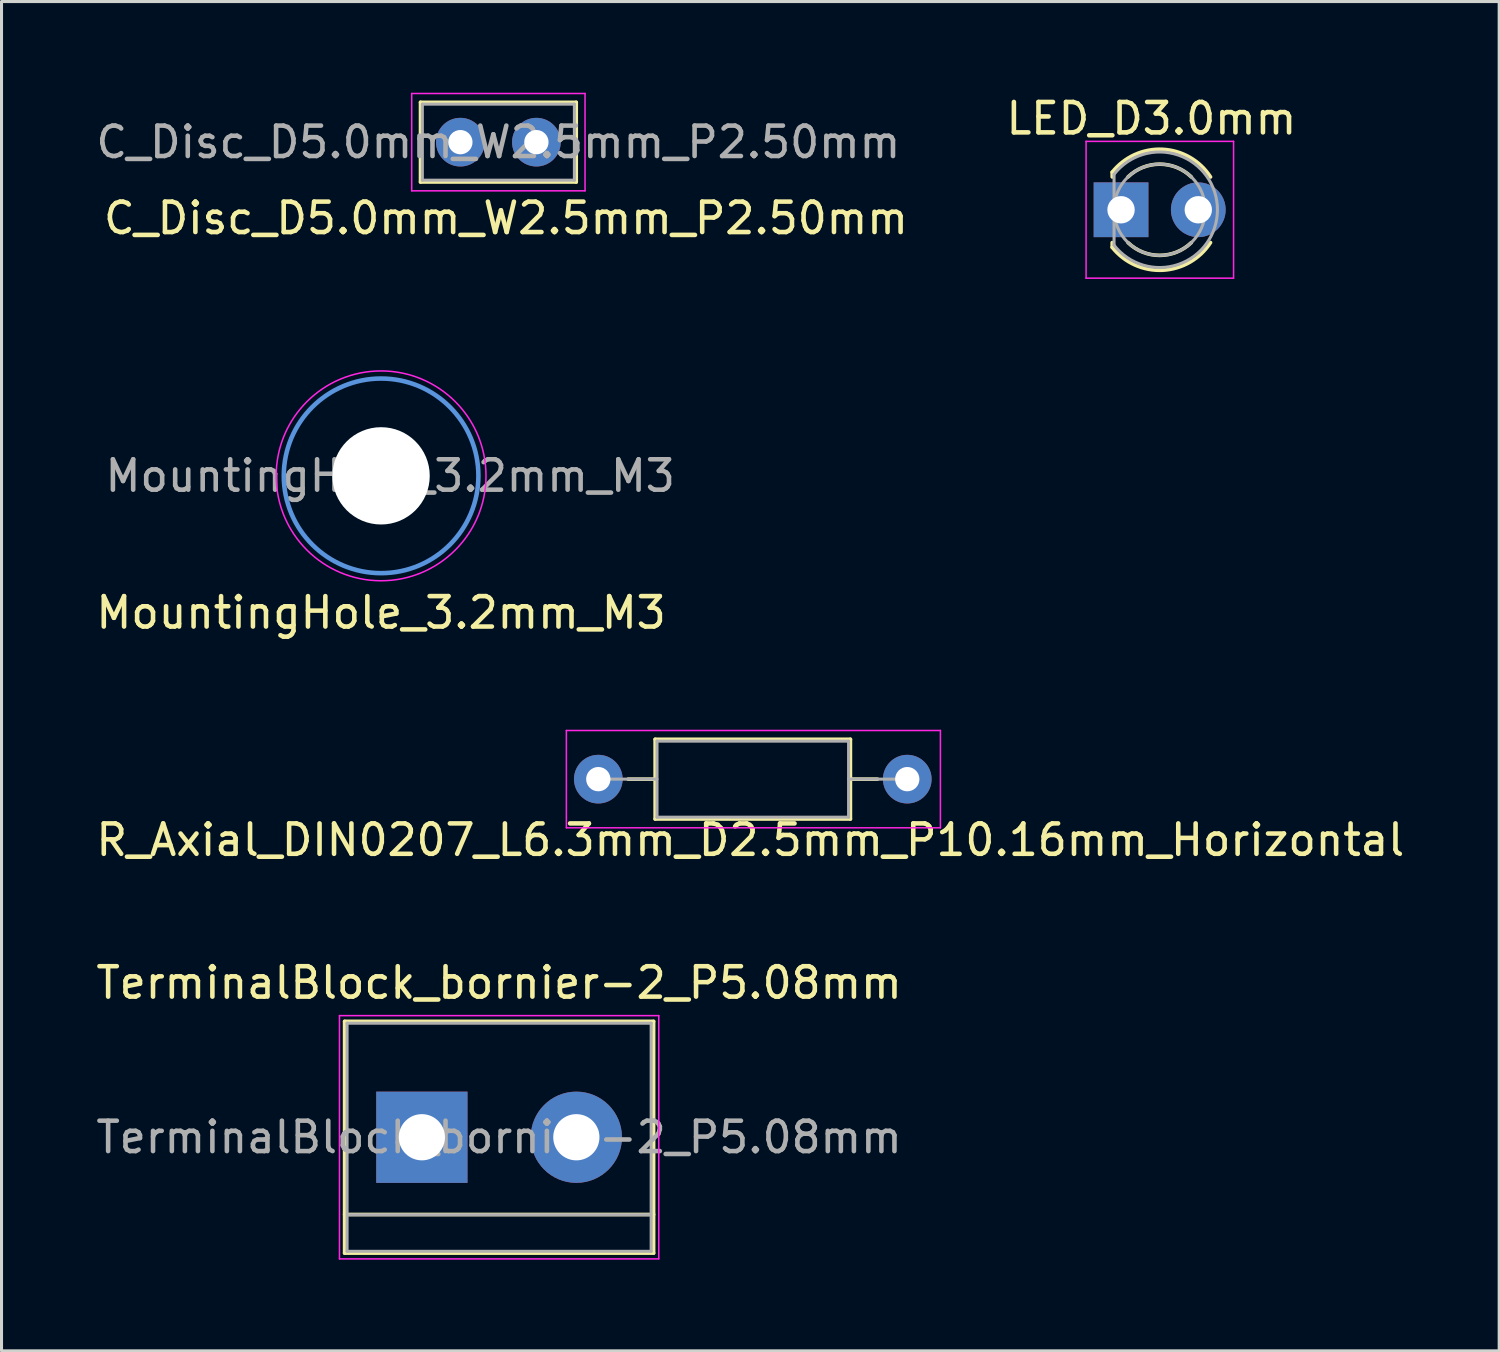
<source format=kicad_pcb>
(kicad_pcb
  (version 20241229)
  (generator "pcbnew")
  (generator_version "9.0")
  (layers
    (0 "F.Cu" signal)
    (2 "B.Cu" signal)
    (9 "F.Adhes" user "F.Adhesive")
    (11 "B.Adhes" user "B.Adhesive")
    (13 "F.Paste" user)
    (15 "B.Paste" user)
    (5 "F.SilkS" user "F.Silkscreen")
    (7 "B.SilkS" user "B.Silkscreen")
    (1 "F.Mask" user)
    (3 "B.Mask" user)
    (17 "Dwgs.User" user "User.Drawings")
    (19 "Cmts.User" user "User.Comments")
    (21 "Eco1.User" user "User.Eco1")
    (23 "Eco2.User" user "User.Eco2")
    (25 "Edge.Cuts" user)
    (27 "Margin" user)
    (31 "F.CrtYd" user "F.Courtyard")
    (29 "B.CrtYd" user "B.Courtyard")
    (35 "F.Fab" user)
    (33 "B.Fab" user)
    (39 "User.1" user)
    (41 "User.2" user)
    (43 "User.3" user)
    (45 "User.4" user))
  (footprint "MountingHole_3.2mm_M3"
    (layer "F.Cu")
    (at 9.482 12.598)
    (property "Reference" "MountingHole_3.2mm_M3" (at 0 4.5 0) (layer "F.SilkS") (effects (font (size 1 1) (thickness 0.15))))
    (attr exclude_from_pos_files exclude_from_bom)
    (fp_circle (center 0 0) (end 3.2 0) (stroke (width 0.15) (type solid)) (fill no) (layer "Cmts.User"))
    (fp_circle (center 0 0) (end 3.45 0) (stroke (width 0.05) (type solid)) (fill no) (layer "F.CrtYd"))
    (fp_text user "${REFERENCE}" (at 0.3 0 0) (layer "F.Fab") (effects (font (size 1 1) (thickness 0.15))))
    (pad "" np_thru_hole circle (at 0 0) (size 3.2 3.2) (drill 3.2) (layers "*.Cu" "*.Mask")))
  (footprint "TerminalBlock_bornier-2_P5.08mm"
    (layer "F.Cu")
    (at 10.823 34.348)
    (property "Reference" "TerminalBlock_bornier-2_P5.08mm" (at 2.54 -5.08 0) (layer "F.SilkS") (effects (font (size 1 1) (thickness 0.15))))
    (attr through_hole)
    (fp_line (start -2.54 -3.81) (end -2.54 3.81) (stroke (width 0.12) (type solid)) (layer "F.SilkS"))
    (fp_line (start -2.54 3.81) (end 7.62 3.81) (stroke (width 0.12) (type solid)) (layer "F.SilkS"))
    (fp_line (start 7.62 -3.81) (end -2.54 -3.81) (stroke (width 0.12) (type solid)) (layer "F.SilkS"))
    (fp_line (start 7.62 2.54) (end -2.54 2.54) (stroke (width 0.12) (type solid)) (layer "F.SilkS"))
    (fp_line (start 7.62 3.81) (end 7.62 -3.81) (stroke (width 0.12) (type solid)) (layer "F.SilkS"))
    (fp_line (start -2.71 -4) (end -2.71 4) (stroke (width 0.05) (type solid)) (layer "F.CrtYd"))
    (fp_line (start -2.71 -4) (end 7.79 -4) (stroke (width 0.05) (type solid)) (layer "F.CrtYd"))
    (fp_line (start 7.79 4) (end -2.71 4) (stroke (width 0.05) (type solid)) (layer "F.CrtYd"))
    (fp_line (start 7.79 4) (end 7.79 -4) (stroke (width 0.05) (type solid)) (layer "F.CrtYd"))
    (fp_line (start -2.46 -3.75) (end -2.46 3.75) (stroke (width 0.1) (type solid)) (layer "F.Fab"))
    (fp_line (start -2.46 3.75) (end 7.54 3.75) (stroke (width 0.1) (type solid)) (layer "F.Fab"))
    (fp_line (start -2.41 2.55) (end 7.49 2.55) (stroke (width 0.1) (type solid)) (layer "F.Fab"))
    (fp_line (start 7.54 -3.75) (end -2.46 -3.75) (stroke (width 0.1) (type solid)) (layer "F.Fab"))
    (fp_line (start 7.54 3.75) (end 7.54 -3.75) (stroke (width 0.1) (type solid)) (layer "F.Fab"))
    (fp_text user "${REFERENCE}" (at 2.54 0 0) (layer "F.Fab") (effects (font (size 1 1) (thickness 0.15))))
    (pad "1" thru_hole rect (at 0 0) (size 3 3) (drill 1.52) (layers "*.Cu" "*.Mask"))
    (pad "2" thru_hole circle (at 5.08 0) (size 3 3) (drill 1.52) (layers "*.Cu" "*.Mask")))
  (footprint "R_Axial_DIN0207_L6.3mm_D2.5mm_P10.16mm_Horizontal"
    (layer "F.Cu")
    (at 16.625 22.572)
    (property "Reference" "R_Axial_DIN0207_L6.3mm_D2.5mm_P10.16mm_Horizontal" (at 5 2 0) (layer "F.SilkS") (effects (font (size 1 1) (thickness 0.15))))
    (attr through_hole)
    (fp_line (start 0.98 0) (end 1.87 0) (stroke (width 0.12) (type solid)) (layer "F.SilkS"))
    (fp_line (start 1.87 -1.31) (end 1.87 1.31) (stroke (width 0.12) (type solid)) (layer "F.SilkS"))
    (fp_line (start 1.87 1.31) (end 8.29 1.31) (stroke (width 0.12) (type solid)) (layer "F.SilkS"))
    (fp_line (start 8.29 -1.31) (end 1.87 -1.31) (stroke (width 0.12) (type solid)) (layer "F.SilkS"))
    (fp_line (start 8.29 1.31) (end 8.29 -1.31) (stroke (width 0.12) (type solid)) (layer "F.SilkS"))
    (fp_line (start 9.18 0) (end 8.29 0) (stroke (width 0.12) (type solid)) (layer "F.SilkS"))
    (fp_line (start -1.05 -1.6) (end -1.05 1.6) (stroke (width 0.05) (type solid)) (layer "F.CrtYd"))
    (fp_line (start -1.05 1.6) (end 11.25 1.6) (stroke (width 0.05) (type solid)) (layer "F.CrtYd"))
    (fp_line (start 11.25 -1.6) (end -1.05 -1.6) (stroke (width 0.05) (type solid)) (layer "F.CrtYd"))
    (fp_line (start 11.25 1.6) (end 11.25 -1.6) (stroke (width 0.05) (type solid)) (layer "F.CrtYd"))
    (fp_line (start 0 0) (end 1.93 0) (stroke (width 0.1) (type solid)) (layer "F.Fab"))
    (fp_line (start 1.93 -1.25) (end 1.93 1.25) (stroke (width 0.1) (type solid)) (layer "F.Fab"))
    (fp_line (start 1.93 1.25) (end 8.23 1.25) (stroke (width 0.1) (type solid)) (layer "F.Fab"))
    (fp_line (start 8.23 -1.25) (end 1.93 -1.25) (stroke (width 0.1) (type solid)) (layer "F.Fab"))
    (fp_line (start 8.23 1.25) (end 8.23 -1.25) (stroke (width 0.1) (type solid)) (layer "F.Fab"))
    (fp_line (start 10.16 0) (end 8.23 0) (stroke (width 0.1) (type solid)) (layer "F.Fab"))
    (pad "1" thru_hole circle (at 0 0) (size 1.6 1.6) (drill 0.8) (layers "*.Cu" "*.Mask"))
    (pad "2" thru_hole oval (at 10.16 0) (size 1.6 1.6) (drill 0.8) (layers "*.Cu" "*.Mask")))
  (footprint "LED_D3.0mm"
    (layer "F.Cu")
    (at 33.815 3.848)
    (property "Reference" "LED_D3.0mm" (at 1 -3 0) (layer "F.SilkS") (effects (font (size 1 1) (thickness 0.15))))
    (attr through_hole)
    (fp_line (start -0.29 -1.236) (end -0.29 -1.08) (stroke (width 0.12) (type solid)) (layer "F.SilkS"))
    (fp_line (start -0.29 1.08) (end -0.29 1.236) (stroke (width 0.12) (type solid)) (layer "F.SilkS"))
    (fp_arc (start -0.29 -1.235516) (mid 1.366487 -1.987659) (end 2.942335 -1.078608) (stroke (width 0.12) (type solid)) (layer "F.SilkS"))
    (fp_arc (start 0.229039 -1.08) (mid 1.270117 -1.5) (end 2.31113 -1.079837) (stroke (width 0.12) (type solid)) (layer "F.SilkS"))
    (fp_arc (start 2.31113 1.079837) (mid 1.270117 1.5) (end 0.229039 1.08) (stroke (width 0.12) (type solid)) (layer "F.SilkS"))
    (fp_arc (start 2.942335 1.078608) (mid 1.366487 1.987659) (end -0.29 1.235516) (stroke (width 0.12) (type solid)) (layer "F.SilkS"))
    (fp_line (start -1.15 -2.25) (end -1.15 2.25) (stroke (width 0.05) (type solid)) (layer "F.CrtYd"))
    (fp_line (start -1.15 2.25) (end 3.7 2.25) (stroke (width 0.05) (type solid)) (layer "F.CrtYd"))
    (fp_line (start 3.7 -2.25) (end -1.15 -2.25) (stroke (width 0.05) (type solid)) (layer "F.CrtYd"))
    (fp_line (start 3.7 2.25) (end 3.7 -2.25) (stroke (width 0.05) (type solid)) (layer "F.CrtYd"))
    (fp_line (start -0.23 -1.166) (end -0.23 1.166) (stroke (width 0.1) (type solid)) (layer "F.Fab"))
    (fp_arc (start -0.23 -1.16619) (mid 3.17 0.000452) (end -0.230555 1.165476) (stroke (width 0.1) (type solid)) (layer "F.Fab"))
    (fp_circle (center 1.27 0) (end 2.77 0) (stroke (width 0.1) (type solid)) (fill no) (layer "F.Fab"))
    (pad "1" thru_hole rect (at 0 0) (size 1.8 1.8) (drill 0.9) (layers "*.Cu" "*.Mask"))
    (pad "2" thru_hole circle (at 2.54 0) (size 1.8 1.8) (drill 0.9) (layers "*.Cu" "*.Mask")))
  (footprint "C_Disc_D5.0mm_W2.5mm_P2.50mm"
    (layer "F.Cu")
    (at 12.089 1.625)
    (property "Reference" "C_Disc_D5.0mm_W2.5mm_P2.50mm" (at 1.5 2.5 0) (layer "F.SilkS") (effects (font (size 1 1) (thickness 0.15))))
    (attr through_hole)
    (fp_line (start -1.31 -1.31) (end -1.31 1.31) (stroke (width 0.12) (type solid)) (layer "F.SilkS"))
    (fp_line (start -1.31 -1.31) (end 3.81 -1.31) (stroke (width 0.12) (type solid)) (layer "F.SilkS"))
    (fp_line (start -1.31 1.31) (end 3.81 1.31) (stroke (width 0.12) (type solid)) (layer "F.SilkS"))
    (fp_line (start 3.81 -1.31) (end 3.81 1.31) (stroke (width 0.12) (type solid)) (layer "F.SilkS"))
    (fp_line (start -1.6 -1.6) (end -1.6 1.6) (stroke (width 0.05) (type solid)) (layer "F.CrtYd"))
    (fp_line (start -1.6 1.6) (end 4.1 1.6) (stroke (width 0.05) (type solid)) (layer "F.CrtYd"))
    (fp_line (start 4.1 -1.6) (end -1.6 -1.6) (stroke (width 0.05) (type solid)) (layer "F.CrtYd"))
    (fp_line (start 4.1 1.6) (end 4.1 -1.6) (stroke (width 0.05) (type solid)) (layer "F.CrtYd"))
    (fp_line (start -1.25 -1.25) (end -1.25 1.25) (stroke (width 0.1) (type solid)) (layer "F.Fab"))
    (fp_line (start -1.25 1.25) (end 3.75 1.25) (stroke (width 0.1) (type solid)) (layer "F.Fab"))
    (fp_line (start 3.75 -1.25) (end -1.25 -1.25) (stroke (width 0.1) (type solid)) (layer "F.Fab"))
    (fp_line (start 3.75 1.25) (end 3.75 -1.25) (stroke (width 0.1) (type solid)) (layer "F.Fab"))
    (fp_text user "${REFERENCE}" (at 1.25 0 0) (layer "F.Fab") (effects (font (size 1 1) (thickness 0.15))))
    (pad "1" thru_hole circle (at 0 0) (size 1.6 1.6) (drill 0.8) (layers "*.Cu" "*.Mask"))
    (pad "2" thru_hole circle (at 2.5 0) (size 1.6 1.6) (drill 0.8) (layers "*.Cu" "*.Mask")))
  (gr_rect
    (start -3 -3)
    (end 46.25 41.373)
    (stroke (width 0.1) (type default))
    (fill no)
    (layer "Edge.Cuts")))
</source>
